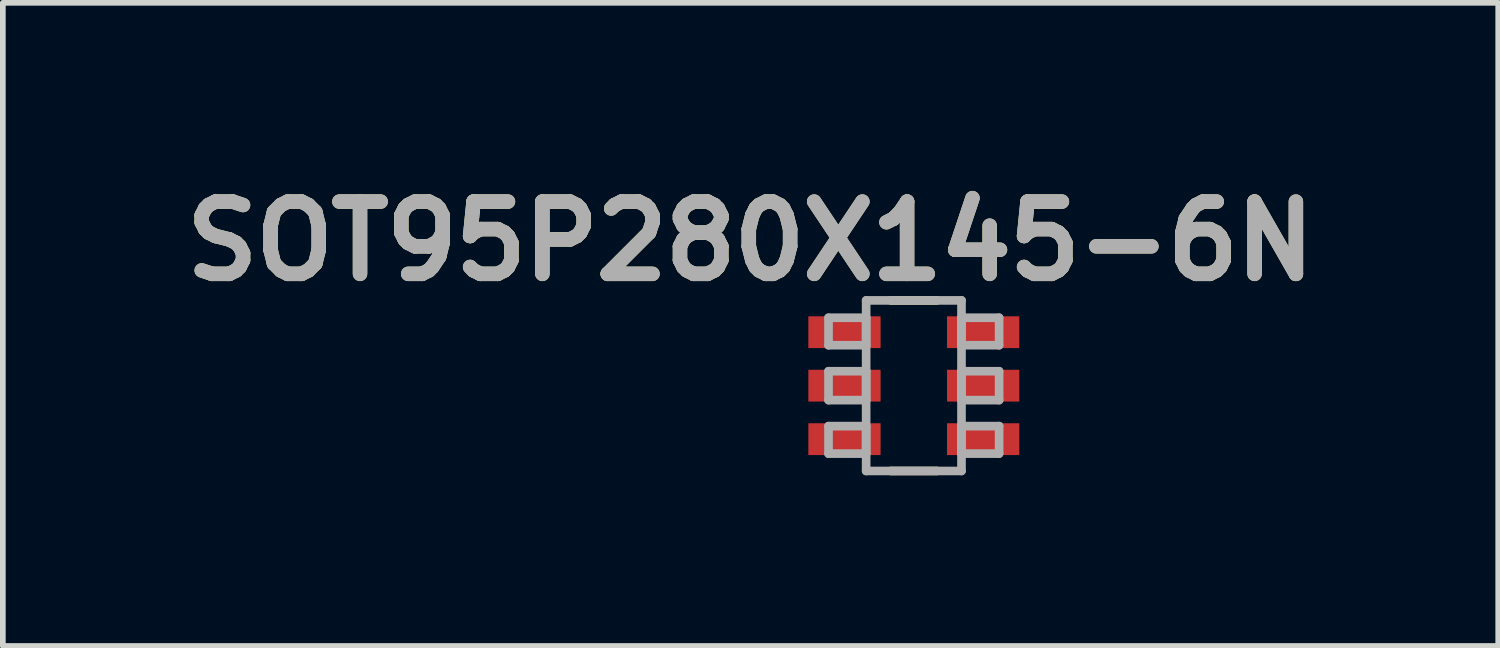
<source format=kicad_pcb>
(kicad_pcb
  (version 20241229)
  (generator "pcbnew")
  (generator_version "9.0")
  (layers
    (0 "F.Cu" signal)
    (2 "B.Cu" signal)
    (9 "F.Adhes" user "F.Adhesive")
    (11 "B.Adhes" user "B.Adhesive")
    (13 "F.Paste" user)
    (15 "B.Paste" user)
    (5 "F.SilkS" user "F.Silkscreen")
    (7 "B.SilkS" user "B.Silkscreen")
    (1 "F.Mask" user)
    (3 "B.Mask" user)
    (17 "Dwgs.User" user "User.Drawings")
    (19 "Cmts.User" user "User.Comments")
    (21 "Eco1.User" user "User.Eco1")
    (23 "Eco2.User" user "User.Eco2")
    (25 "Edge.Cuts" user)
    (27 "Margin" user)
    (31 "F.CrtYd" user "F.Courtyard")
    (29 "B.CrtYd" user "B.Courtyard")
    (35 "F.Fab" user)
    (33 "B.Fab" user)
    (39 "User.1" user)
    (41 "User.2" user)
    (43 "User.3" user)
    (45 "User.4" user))
  (footprint "SOT95P280X145-6N"
    (layer "F.Cu")
    (at 13.012 3.729)
    (property "Reference" "SOT95P280X145-6N" (at -2.87 -2.54 0) (layer "F.SilkS") (effects (font (size 1.27 1.27) (thickness 0.254))))
    (attr smd)
    (fp_line (start -0.406 1.499) (end 0.406 1.499) (stroke (width 0.152) (type solid)) (layer "F.SilkS"))
    (fp_line (start 0.406 -1.499) (end -0.406 -1.499) (stroke (width 0.152) (type solid)) (layer "F.SilkS"))
    (fp_line (start -1.499 -1.194) (end -1.499 -0.711) (stroke (width 0.152) (type solid)) (layer "F.Fab"))
    (fp_line (start -1.499 -0.711) (end -0.838 -0.711) (stroke (width 0.152) (type solid)) (layer "F.Fab"))
    (fp_line (start -1.499 -0.254) (end -1.499 0.254) (stroke (width 0.152) (type solid)) (layer "F.Fab"))
    (fp_line (start -1.499 0.254) (end -0.838 0.254) (stroke (width 0.152) (type solid)) (layer "F.Fab"))
    (fp_line (start -1.499 0.711) (end -1.499 1.194) (stroke (width 0.152) (type solid)) (layer "F.Fab"))
    (fp_line (start -1.499 1.194) (end -0.838 1.194) (stroke (width 0.152) (type solid)) (layer "F.Fab"))
    (fp_line (start -0.838 -1.499) (end -0.838 1.499) (stroke (width 0.152) (type solid)) (layer "F.Fab"))
    (fp_line (start -0.838 -1.194) (end -1.499 -1.194) (stroke (width 0.152) (type solid)) (layer "F.Fab"))
    (fp_line (start -0.838 -0.711) (end -0.838 -1.194) (stroke (width 0.152) (type solid)) (layer "F.Fab"))
    (fp_line (start -0.838 -0.254) (end -1.499 -0.254) (stroke (width 0.152) (type solid)) (layer "F.Fab"))
    (fp_line (start -0.838 0.254) (end -0.838 -0.254) (stroke (width 0.152) (type solid)) (layer "F.Fab"))
    (fp_line (start -0.838 0.711) (end -1.499 0.711) (stroke (width 0.152) (type solid)) (layer "F.Fab"))
    (fp_line (start -0.838 1.194) (end -0.838 0.711) (stroke (width 0.152) (type solid)) (layer "F.Fab"))
    (fp_line (start -0.838 1.499) (end 0.838 1.499) (stroke (width 0.152) (type solid)) (layer "F.Fab"))
    (fp_line (start 0.838 -1.499) (end -0.838 -1.499) (stroke (width 0.152) (type solid)) (layer "F.Fab"))
    (fp_line (start 0.838 -1.194) (end 0.838 -0.711) (stroke (width 0.152) (type solid)) (layer "F.Fab"))
    (fp_line (start 0.838 -0.711) (end 1.499 -0.711) (stroke (width 0.152) (type solid)) (layer "F.Fab"))
    (fp_line (start 0.838 -0.254) (end 0.838 0.254) (stroke (width 0.152) (type solid)) (layer "F.Fab"))
    (fp_line (start 0.838 0.254) (end 1.499 0.254) (stroke (width 0.152) (type solid)) (layer "F.Fab"))
    (fp_line (start 0.838 0.711) (end 0.838 1.194) (stroke (width 0.152) (type solid)) (layer "F.Fab"))
    (fp_line (start 0.838 1.194) (end 1.499 1.194) (stroke (width 0.152) (type solid)) (layer "F.Fab"))
    (fp_line (start 0.838 1.499) (end 0.838 -1.499) (stroke (width 0.152) (type solid)) (layer "F.Fab"))
    (fp_line (start 1.499 -1.194) (end 0.838 -1.194) (stroke (width 0.152) (type solid)) (layer "F.Fab"))
    (fp_line (start 1.499 -0.711) (end 1.499 -1.194) (stroke (width 0.152) (type solid)) (layer "F.Fab"))
    (fp_line (start 1.499 -0.254) (end 0.838 -0.254) (stroke (width 0.152) (type solid)) (layer "F.Fab"))
    (fp_line (start 1.499 0.254) (end 1.499 -0.254) (stroke (width 0.152) (type solid)) (layer "F.Fab"))
    (fp_line (start 1.499 0.711) (end 0.838 0.711) (stroke (width 0.152) (type solid)) (layer "F.Fab"))
    (fp_line (start 1.499 1.194) (end 1.499 0.711) (stroke (width 0.152) (type solid)) (layer "F.Fab"))
    (fp_text user "${REFERENCE}" (at -2.87 -2.54 0) (layer "F.Fab") (effects (font (size 1.27 1.27) (thickness 0.254))))
    (pad "1" smd rect (at -1.219 -0.94 90) (size 0.559 1.27) (layers "F.Cu" "F.Mask" "F.Paste"))
    (pad "2" smd rect (at -1.219 0 90) (size 0.559 1.27) (layers "F.Cu" "F.Mask" "F.Paste"))
    (pad "3" smd rect (at -1.219 0.94 90) (size 0.559 1.27) (layers "F.Cu" "F.Mask" "F.Paste"))
    (pad "4" smd rect (at 1.219 0.94 90) (size 0.559 1.27) (layers "F.Cu" "F.Mask" "F.Paste"))
    (pad "5" smd rect (at 1.219 0 90) (size 0.559 1.27) (layers "F.Cu" "F.Mask" "F.Paste"))
    (pad "6" smd rect (at 1.219 -0.94 90) (size 0.559 1.27) (layers "F.Cu" "F.Mask" "F.Paste")))
  (gr_rect
    (start -3 -3)
    (end 23.284 8.304)
    (stroke (width 0.1) (type default))
    (fill no)
    (layer "Edge.Cuts")))
</source>
